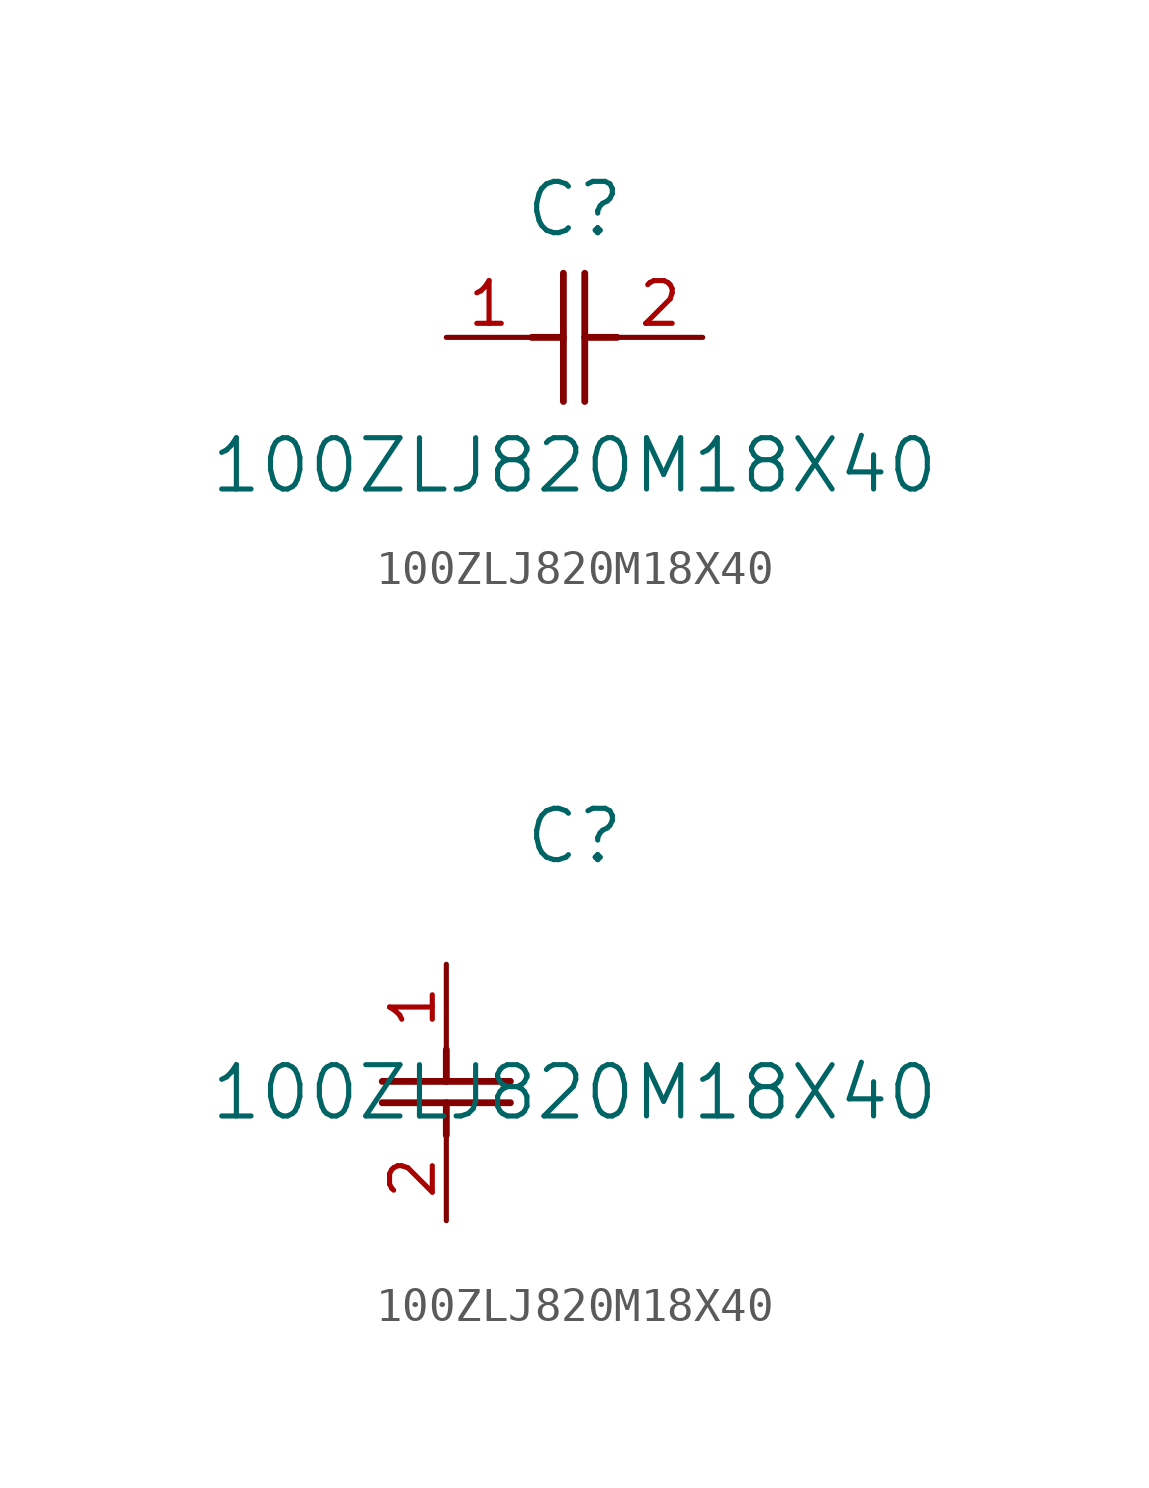
<source format=kicad_sym>
(kicad_symbol_lib
  (version 20211014)
  (generator kicad_symbol_editor)
  (symbol "100ZLJ820M18X40"
    (pin_names
      (offset 0.254))
    (property "Reference" "C"
      (at 3.81 3.81 0)
      (effects (font (size 1.524 1.524))))
    (property "Value" "100ZLJ820M18X40"
      (at 3.81 -3.81 0)
      (effects (font (size 1.524 1.524))))
    (symbol "100ZLJ820M18X40_1_1"
      (polyline (pts (xy 3.48 -1.905) (xy 3.48 1.905)) (stroke (width 0.203) (type default) (color 0 0 0 0)) (fill (type none)))
      (polyline (pts (xy 4.115 -1.905) (xy 4.115 1.905)) (stroke (width 0.203) (type default) (color 0 0 0 0)) (fill (type none)))
      (polyline (pts (xy 4.115 0) (xy 5.08 0)) (stroke (width 0.203) (type default) (color 0 0 0 0)) (fill (type none)))
      (polyline (pts (xy 2.54 0) (xy 3.48 0)) (stroke (width 0.203) (type default) (color 0 0 0 0)) (fill (type none)))
      (pin unspecified line (at 0 0 0) (length 2.54) (name "" (effects (font (size 1.27 1.27)))) (number "1" (effects (font (size 1.27 1.27)))))
      (pin unspecified line (at 7.62 0 180) (length 2.54) (name "" (effects (font (size 1.27 1.27)))) (number "2" (effects (font (size 1.27 1.27))))))
    (symbol "100ZLJ820M18X40_1_2"
      (polyline (pts (xy -1.905 -3.48) (xy 1.905 -3.48)) (stroke (width 0.203) (type default) (color 0 0 0 0)) (fill (type none)))
      (polyline (pts (xy -1.905 -4.115) (xy 1.905 -4.115)) (stroke (width 0.203) (type default) (color 0 0 0 0)) (fill (type none)))
      (polyline (pts (xy 0 -4.115) (xy 0 -5.08)) (stroke (width 0.203) (type default) (color 0 0 0 0)) (fill (type none)))
      (polyline (pts (xy 0 -2.54) (xy 0 -3.48)) (stroke (width 0.203) (type default) (color 0 0 0 0)) (fill (type none)))
      (pin unspecified line (at 0 0 270) (length 2.54) (name "" (effects (font (size 1.27 1.27)))) (number "1" (effects (font (size 1.27 1.27)))))
      (pin unspecified line (at 0 -7.62 90) (length 2.54) (name "" (effects (font (size 1.27 1.27)))) (number "2" (effects (font (size 1.27 1.27))))))))
</source>
